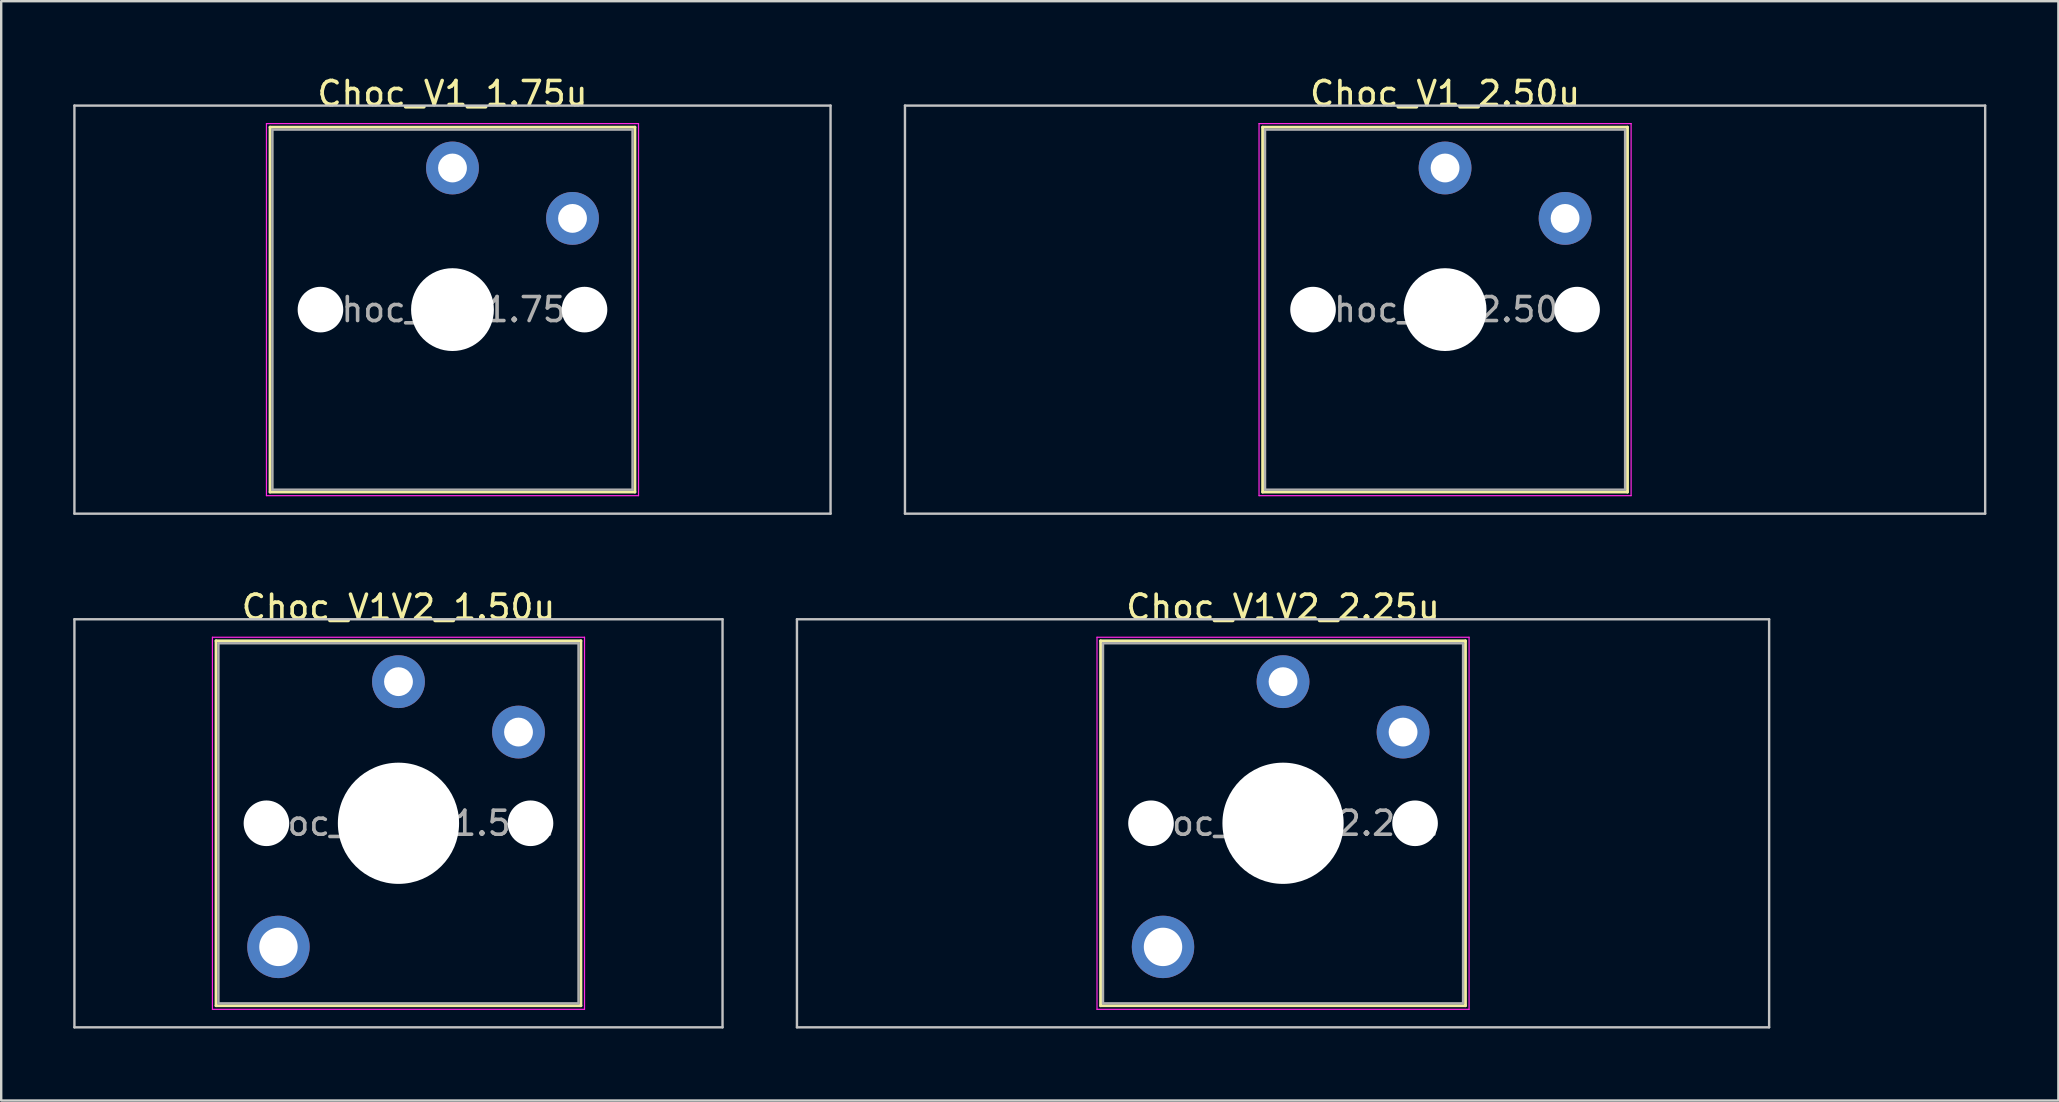
<source format=kicad_pcb>
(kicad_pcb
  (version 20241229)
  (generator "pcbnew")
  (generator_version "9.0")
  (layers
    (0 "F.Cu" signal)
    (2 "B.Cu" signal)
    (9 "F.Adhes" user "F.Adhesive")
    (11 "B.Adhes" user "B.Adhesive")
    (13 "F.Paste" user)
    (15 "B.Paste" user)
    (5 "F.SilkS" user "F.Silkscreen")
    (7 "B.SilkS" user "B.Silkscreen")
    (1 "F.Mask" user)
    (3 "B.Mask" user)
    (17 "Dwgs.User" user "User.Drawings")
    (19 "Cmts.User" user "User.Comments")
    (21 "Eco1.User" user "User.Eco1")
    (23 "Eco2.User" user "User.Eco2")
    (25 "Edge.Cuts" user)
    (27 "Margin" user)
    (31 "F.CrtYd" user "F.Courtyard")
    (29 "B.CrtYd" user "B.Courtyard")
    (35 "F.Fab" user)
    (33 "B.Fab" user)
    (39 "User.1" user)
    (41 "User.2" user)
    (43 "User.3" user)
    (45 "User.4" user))
  (footprint "Choc_V1_2.50u"
    (layer "F.Cu")
    (at 57.15 9.848)
    (property "Reference" "Choc_V1_2.50u" (at 0 -9 0) (layer "F.SilkS") (effects (font (size 1 1) (thickness 0.15))))
    (attr through_hole)
    (fp_line (start -7.6 -7.6) (end -7.6 7.6) (stroke (width 0.12) (type solid)) (layer "F.SilkS"))
    (fp_line (start -7.6 7.6) (end 7.6 7.6) (stroke (width 0.12) (type solid)) (layer "F.SilkS"))
    (fp_line (start 7.6 -7.6) (end -7.6 -7.6) (stroke (width 0.12) (type solid)) (layer "F.SilkS"))
    (fp_line (start 7.6 7.6) (end 7.6 -7.6) (stroke (width 0.12) (type solid)) (layer "F.SilkS"))
    (fp_line (start -22.5 -8.5) (end -22.5 8.5) (stroke (width 0.1) (type solid)) (layer "Dwgs.User"))
    (fp_line (start -22.5 8.5) (end 22.5 8.5) (stroke (width 0.1) (type solid)) (layer "Dwgs.User"))
    (fp_line (start 22.5 -8.5) (end -22.5 -8.5) (stroke (width 0.1) (type solid)) (layer "Dwgs.User"))
    (fp_line (start 22.5 8.5) (end 22.5 -8.5) (stroke (width 0.1) (type solid)) (layer "Dwgs.User"))
    (fp_line (start -7.25 -7.25) (end -7.25 7.25) (stroke (width 0.1) (type solid)) (layer "Eco1.User"))
    (fp_line (start -7.25 7.25) (end 7.25 7.25) (stroke (width 0.1) (type solid)) (layer "Eco1.User"))
    (fp_line (start 7.25 -7.25) (end -7.25 -7.25) (stroke (width 0.1) (type solid)) (layer "Eco1.User"))
    (fp_line (start 7.25 7.25) (end 7.25 -7.25) (stroke (width 0.1) (type solid)) (layer "Eco1.User"))
    (fp_line (start -7.75 -7.75) (end -7.75 7.75) (stroke (width 0.05) (type solid)) (layer "F.CrtYd"))
    (fp_line (start -7.75 7.75) (end 7.75 7.75) (stroke (width 0.05) (type solid)) (layer "F.CrtYd"))
    (fp_line (start 7.75 -7.75) (end -7.75 -7.75) (stroke (width 0.05) (type solid)) (layer "F.CrtYd"))
    (fp_line (start 7.75 7.75) (end 7.75 -7.75) (stroke (width 0.05) (type solid)) (layer "F.CrtYd"))
    (fp_line (start -7.5 -7.5) (end -7.5 7.5) (stroke (width 0.1) (type solid)) (layer "F.Fab"))
    (fp_line (start -7.5 7.5) (end 7.5 7.5) (stroke (width 0.1) (type solid)) (layer "F.Fab"))
    (fp_line (start 7.5 -7.5) (end -7.5 -7.5) (stroke (width 0.1) (type solid)) (layer "F.Fab"))
    (fp_line (start 7.5 7.5) (end 7.5 -7.5) (stroke (width 0.1) (type solid)) (layer "F.Fab"))
    (fp_text user "${REFERENCE}" (at 0 0 0) (layer "F.Fab") (effects (font (size 1 1) (thickness 0.15))))
    (pad "" np_thru_hole circle (at -5.5 0) (size 1.9 1.9) (drill 1.9) (layers "*.Cu" "*.Mask"))
    (pad "" np_thru_hole circle (at 0 0) (size 3.45 3.45) (drill 3.45) (layers "*.Cu" "*.Mask"))
    (pad "" np_thru_hole circle (at 5.5 0) (size 1.9 1.9) (drill 1.9) (layers "*.Cu" "*.Mask"))
    (pad "1" thru_hole circle (at 0 -5.9) (size 2.2 2.2) (drill 1.2) (layers "*.Cu" "*.Mask"))
    (pad "2" thru_hole circle (at 5 -3.8) (size 2.2 2.2) (drill 1.2) (layers "*.Cu" "*.Mask")))
  (footprint "Choc_V1V2_2.25u"
    (layer "F.Cu")
    (at 50.4 31.247)
    (property "Reference" "Choc_V1V2_2.25u" (at 0 -9 0) (layer "F.SilkS") (effects (font (size 1 1) (thickness 0.15))))
    (attr through_hole)
    (fp_line (start -7.6 -7.6) (end -7.6 7.6) (stroke (width 0.12) (type solid)) (layer "F.SilkS"))
    (fp_line (start -7.6 7.6) (end 7.6 7.6) (stroke (width 0.12) (type solid)) (layer "F.SilkS"))
    (fp_line (start 7.6 -7.6) (end -7.6 -7.6) (stroke (width 0.12) (type solid)) (layer "F.SilkS"))
    (fp_line (start 7.6 7.6) (end 7.6 -7.6) (stroke (width 0.12) (type solid)) (layer "F.SilkS"))
    (fp_line (start -20.25 -8.5) (end -20.25 8.5) (stroke (width 0.1) (type solid)) (layer "Dwgs.User"))
    (fp_line (start -20.25 8.5) (end 20.25 8.5) (stroke (width 0.1) (type solid)) (layer "Dwgs.User"))
    (fp_line (start 20.25 -8.5) (end -20.25 -8.5) (stroke (width 0.1) (type solid)) (layer "Dwgs.User"))
    (fp_line (start 20.25 8.5) (end 20.25 -8.5) (stroke (width 0.1) (type solid)) (layer "Dwgs.User"))
    (fp_line (start -7.25 -7.25) (end -7.25 7.25) (stroke (width 0.1) (type solid)) (layer "Eco1.User"))
    (fp_line (start -7.25 7.25) (end 7.25 7.25) (stroke (width 0.1) (type solid)) (layer "Eco1.User"))
    (fp_line (start 7.25 -7.25) (end -7.25 -7.25) (stroke (width 0.1) (type solid)) (layer "Eco1.User"))
    (fp_line (start 7.25 7.25) (end 7.25 -7.25) (stroke (width 0.1) (type solid)) (layer "Eco1.User"))
    (fp_line (start -7.75 -7.75) (end -7.75 7.75) (stroke (width 0.05) (type solid)) (layer "F.CrtYd"))
    (fp_line (start -7.75 7.75) (end 7.75 7.75) (stroke (width 0.05) (type solid)) (layer "F.CrtYd"))
    (fp_line (start 7.75 -7.75) (end -7.75 -7.75) (stroke (width 0.05) (type solid)) (layer "F.CrtYd"))
    (fp_line (start 7.75 7.75) (end 7.75 -7.75) (stroke (width 0.05) (type solid)) (layer "F.CrtYd"))
    (fp_line (start -7.5 -7.5) (end -7.5 7.5) (stroke (width 0.1) (type solid)) (layer "F.Fab"))
    (fp_line (start -7.5 7.5) (end 7.5 7.5) (stroke (width 0.1) (type solid)) (layer "F.Fab"))
    (fp_line (start 7.5 -7.5) (end -7.5 -7.5) (stroke (width 0.1) (type solid)) (layer "F.Fab"))
    (fp_line (start 7.5 7.5) (end 7.5 -7.5) (stroke (width 0.1) (type solid)) (layer "F.Fab"))
    (fp_text user "${REFERENCE}" (at 0 0 0) (layer "F.Fab") (effects (font (size 1 1) (thickness 0.15))))
    (pad "" np_thru_hole circle (at -5.5 0) (size 1.9 1.9) (drill 1.9) (layers "*.Cu" "*.Mask"))
    (pad "" thru_hole circle (at -5 5.15) (size 2.6 2.6) (drill 1.6) (layers "*.Cu" "*.Mask"))
    (pad "" np_thru_hole circle (at 0 0) (size 5.05 5.05) (drill 5.05) (layers "*.Cu" "*.Mask"))
    (pad "" np_thru_hole circle (at 5.5 0) (size 1.9 1.9) (drill 1.9) (layers "*.Cu" "*.Mask"))
    (pad "1" thru_hole circle (at 0 -5.9) (size 2.2 2.2) (drill 1.2) (layers "*.Cu" "*.Mask"))
    (pad "2" thru_hole circle (at 5 -3.8) (size 2.2 2.2) (drill 1.2) (layers "*.Cu" "*.Mask")))
  (footprint "Choc_V1_1.75u"
    (layer "F.Cu")
    (at 15.8 9.848)
    (property "Reference" "Choc_V1_1.75u" (at 0 -9 0) (layer "F.SilkS") (effects (font (size 1 1) (thickness 0.15))))
    (attr through_hole)
    (fp_line (start -7.6 -7.6) (end -7.6 7.6) (stroke (width 0.12) (type solid)) (layer "F.SilkS"))
    (fp_line (start -7.6 7.6) (end 7.6 7.6) (stroke (width 0.12) (type solid)) (layer "F.SilkS"))
    (fp_line (start 7.6 -7.6) (end -7.6 -7.6) (stroke (width 0.12) (type solid)) (layer "F.SilkS"))
    (fp_line (start 7.6 7.6) (end 7.6 -7.6) (stroke (width 0.12) (type solid)) (layer "F.SilkS"))
    (fp_line (start -15.75 -8.5) (end -15.75 8.5) (stroke (width 0.1) (type solid)) (layer "Dwgs.User"))
    (fp_line (start -15.75 8.5) (end 15.75 8.5) (stroke (width 0.1) (type solid)) (layer "Dwgs.User"))
    (fp_line (start 15.75 -8.5) (end -15.75 -8.5) (stroke (width 0.1) (type solid)) (layer "Dwgs.User"))
    (fp_line (start 15.75 8.5) (end 15.75 -8.5) (stroke (width 0.1) (type solid)) (layer "Dwgs.User"))
    (fp_line (start -7.25 -7.25) (end -7.25 7.25) (stroke (width 0.1) (type solid)) (layer "Eco1.User"))
    (fp_line (start -7.25 7.25) (end 7.25 7.25) (stroke (width 0.1) (type solid)) (layer "Eco1.User"))
    (fp_line (start 7.25 -7.25) (end -7.25 -7.25) (stroke (width 0.1) (type solid)) (layer "Eco1.User"))
    (fp_line (start 7.25 7.25) (end 7.25 -7.25) (stroke (width 0.1) (type solid)) (layer "Eco1.User"))
    (fp_line (start -7.75 -7.75) (end -7.75 7.75) (stroke (width 0.05) (type solid)) (layer "F.CrtYd"))
    (fp_line (start -7.75 7.75) (end 7.75 7.75) (stroke (width 0.05) (type solid)) (layer "F.CrtYd"))
    (fp_line (start 7.75 -7.75) (end -7.75 -7.75) (stroke (width 0.05) (type solid)) (layer "F.CrtYd"))
    (fp_line (start 7.75 7.75) (end 7.75 -7.75) (stroke (width 0.05) (type solid)) (layer "F.CrtYd"))
    (fp_line (start -7.5 -7.5) (end -7.5 7.5) (stroke (width 0.1) (type solid)) (layer "F.Fab"))
    (fp_line (start -7.5 7.5) (end 7.5 7.5) (stroke (width 0.1) (type solid)) (layer "F.Fab"))
    (fp_line (start 7.5 -7.5) (end -7.5 -7.5) (stroke (width 0.1) (type solid)) (layer "F.Fab"))
    (fp_line (start 7.5 7.5) (end 7.5 -7.5) (stroke (width 0.1) (type solid)) (layer "F.Fab"))
    (fp_text user "${REFERENCE}" (at 0 0 0) (layer "F.Fab") (effects (font (size 1 1) (thickness 0.15))))
    (pad "" np_thru_hole circle (at -5.5 0) (size 1.9 1.9) (drill 1.9) (layers "*.Cu" "*.Mask"))
    (pad "" np_thru_hole circle (at 0 0) (size 3.45 3.45) (drill 3.45) (layers "*.Cu" "*.Mask"))
    (pad "" np_thru_hole circle (at 5.5 0) (size 1.9 1.9) (drill 1.9) (layers "*.Cu" "*.Mask"))
    (pad "1" thru_hole circle (at 0 -5.9) (size 2.2 2.2) (drill 1.2) (layers "*.Cu" "*.Mask"))
    (pad "2" thru_hole circle (at 5 -3.8) (size 2.2 2.2) (drill 1.2) (layers "*.Cu" "*.Mask")))
  (footprint "Choc_V1V2_1.50u"
    (layer "F.Cu")
    (at 13.55 31.247)
    (property "Reference" "Choc_V1V2_1.50u" (at 0 -9 0) (layer "F.SilkS") (effects (font (size 1 1) (thickness 0.15))))
    (attr through_hole)
    (fp_line (start -7.6 -7.6) (end -7.6 7.6) (stroke (width 0.12) (type solid)) (layer "F.SilkS"))
    (fp_line (start -7.6 7.6) (end 7.6 7.6) (stroke (width 0.12) (type solid)) (layer "F.SilkS"))
    (fp_line (start 7.6 -7.6) (end -7.6 -7.6) (stroke (width 0.12) (type solid)) (layer "F.SilkS"))
    (fp_line (start 7.6 7.6) (end 7.6 -7.6) (stroke (width 0.12) (type solid)) (layer "F.SilkS"))
    (fp_line (start -13.5 -8.5) (end -13.5 8.5) (stroke (width 0.1) (type solid)) (layer "Dwgs.User"))
    (fp_line (start -13.5 8.5) (end 13.5 8.5) (stroke (width 0.1) (type solid)) (layer "Dwgs.User"))
    (fp_line (start 13.5 -8.5) (end -13.5 -8.5) (stroke (width 0.1) (type solid)) (layer "Dwgs.User"))
    (fp_line (start 13.5 8.5) (end 13.5 -8.5) (stroke (width 0.1) (type solid)) (layer "Dwgs.User"))
    (fp_line (start -7.25 -7.25) (end -7.25 7.25) (stroke (width 0.1) (type solid)) (layer "Eco1.User"))
    (fp_line (start -7.25 7.25) (end 7.25 7.25) (stroke (width 0.1) (type solid)) (layer "Eco1.User"))
    (fp_line (start 7.25 -7.25) (end -7.25 -7.25) (stroke (width 0.1) (type solid)) (layer "Eco1.User"))
    (fp_line (start 7.25 7.25) (end 7.25 -7.25) (stroke (width 0.1) (type solid)) (layer "Eco1.User"))
    (fp_line (start -7.75 -7.75) (end -7.75 7.75) (stroke (width 0.05) (type solid)) (layer "F.CrtYd"))
    (fp_line (start -7.75 7.75) (end 7.75 7.75) (stroke (width 0.05) (type solid)) (layer "F.CrtYd"))
    (fp_line (start 7.75 -7.75) (end -7.75 -7.75) (stroke (width 0.05) (type solid)) (layer "F.CrtYd"))
    (fp_line (start 7.75 7.75) (end 7.75 -7.75) (stroke (width 0.05) (type solid)) (layer "F.CrtYd"))
    (fp_line (start -7.5 -7.5) (end -7.5 7.5) (stroke (width 0.1) (type solid)) (layer "F.Fab"))
    (fp_line (start -7.5 7.5) (end 7.5 7.5) (stroke (width 0.1) (type solid)) (layer "F.Fab"))
    (fp_line (start 7.5 -7.5) (end -7.5 -7.5) (stroke (width 0.1) (type solid)) (layer "F.Fab"))
    (fp_line (start 7.5 7.5) (end 7.5 -7.5) (stroke (width 0.1) (type solid)) (layer "F.Fab"))
    (fp_text user "${REFERENCE}" (at 0 0 0) (layer "F.Fab") (effects (font (size 1 1) (thickness 0.15))))
    (pad "" np_thru_hole circle (at -5.5 0) (size 1.9 1.9) (drill 1.9) (layers "*.Cu" "*.Mask"))
    (pad "" thru_hole circle (at -5 5.15) (size 2.6 2.6) (drill 1.6) (layers "*.Cu" "*.Mask"))
    (pad "" np_thru_hole circle (at 0 0) (size 5.05 5.05) (drill 5.05) (layers "*.Cu" "*.Mask"))
    (pad "" np_thru_hole circle (at 5.5 0) (size 1.9 1.9) (drill 1.9) (layers "*.Cu" "*.Mask"))
    (pad "1" thru_hole circle (at 0 -5.9) (size 2.2 2.2) (drill 1.2) (layers "*.Cu" "*.Mask"))
    (pad "2" thru_hole circle (at 5 -3.8) (size 2.2 2.2) (drill 1.2) (layers "*.Cu" "*.Mask")))
  (gr_rect
    (start -3 -3)
    (end 82.7 42.797)
    (stroke (width 0.1) (type default))
    (fill no)
    (layer "Edge.Cuts")))
</source>
